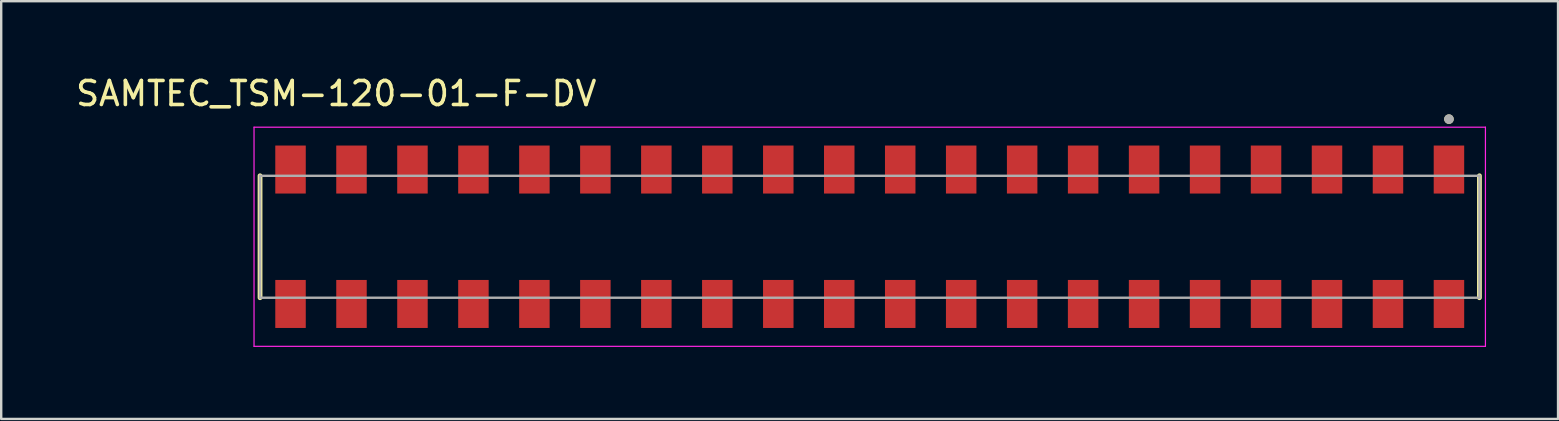
<source format=kicad_pcb>
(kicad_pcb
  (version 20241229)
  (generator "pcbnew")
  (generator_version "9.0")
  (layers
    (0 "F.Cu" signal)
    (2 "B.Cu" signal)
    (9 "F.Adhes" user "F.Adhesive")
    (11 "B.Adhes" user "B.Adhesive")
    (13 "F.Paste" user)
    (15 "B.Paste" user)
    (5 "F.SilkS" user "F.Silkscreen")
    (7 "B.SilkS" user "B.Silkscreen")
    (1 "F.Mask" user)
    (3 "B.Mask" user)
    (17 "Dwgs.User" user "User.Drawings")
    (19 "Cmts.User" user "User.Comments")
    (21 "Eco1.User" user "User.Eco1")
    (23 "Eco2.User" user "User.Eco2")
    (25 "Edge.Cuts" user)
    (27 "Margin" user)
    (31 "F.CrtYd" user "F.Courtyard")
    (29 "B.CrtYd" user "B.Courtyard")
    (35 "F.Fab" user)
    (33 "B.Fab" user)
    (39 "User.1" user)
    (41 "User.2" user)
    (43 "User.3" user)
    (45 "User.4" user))
  (footprint "SAMTEC_TSM-120-01-F-DV"
    (layer "F.Cu")
    (at 33.183 6.813)
    (property "Reference" "SAMTEC_TSM-120-01-F-DV" (at -22.225 -5.965 0) (layer "F.SilkS") (effects (font (size 1 1) (thickness 0.15))))
    (attr smd)
    (fp_line (start -25.4 2.54) (end -25.4 -2.54) (stroke (width 0.2) (type solid)) (layer "F.SilkS"))
    (fp_line (start 25.4 -2.54) (end 25.4 2.54) (stroke (width 0.2) (type solid)) (layer "F.SilkS"))
    (fp_circle (center 24.13 -4.9) (end 24.23 -4.9) (stroke (width 0.2) (type solid)) (fill no) (layer "F.SilkS"))
    (fp_line (start -25.65 -4.565) (end 25.65 -4.565) (stroke (width 0.05) (type solid)) (layer "F.CrtYd"))
    (fp_line (start -25.65 4.565) (end -25.65 -4.565) (stroke (width 0.05) (type solid)) (layer "F.CrtYd"))
    (fp_line (start 25.65 -4.565) (end 25.65 4.565) (stroke (width 0.05) (type solid)) (layer "F.CrtYd"))
    (fp_line (start 25.65 4.565) (end -25.65 4.565) (stroke (width 0.05) (type solid)) (layer "F.CrtYd"))
    (fp_line (start -25.4 -2.54) (end 25.4 -2.54) (stroke (width 0.1) (type solid)) (layer "F.Fab"))
    (fp_line (start -25.4 2.54) (end -25.4 -2.54) (stroke (width 0.1) (type solid)) (layer "F.Fab"))
    (fp_line (start 25.4 -2.54) (end 25.4 2.54) (stroke (width 0.1) (type solid)) (layer "F.Fab"))
    (fp_line (start 25.4 2.54) (end -25.4 2.54) (stroke (width 0.1) (type solid)) (layer "F.Fab"))
    (fp_circle (center 24.13 -4.9) (end 24.23 -4.9) (stroke (width 0.2) (type solid)) (fill no) (layer "F.Fab"))
    (pad "1" smd rect (at 24.13 -2.8) (size 1.27 2) (layers "F.Cu" "F.Mask" "F.Paste"))
    (pad "2" smd rect (at 24.13 2.8) (size 1.27 2) (layers "F.Cu" "F.Mask" "F.Paste"))
    (pad "3" smd rect (at 21.59 -2.8) (size 1.27 2) (layers "F.Cu" "F.Mask" "F.Paste"))
    (pad "4" smd rect (at 21.59 2.8) (size 1.27 2) (layers "F.Cu" "F.Mask" "F.Paste"))
    (pad "5" smd rect (at 19.05 -2.8) (size 1.27 2) (layers "F.Cu" "F.Mask" "F.Paste"))
    (pad "6" smd rect (at 19.05 2.8) (size 1.27 2) (layers "F.Cu" "F.Mask" "F.Paste"))
    (pad "7" smd rect (at 16.51 -2.8) (size 1.27 2) (layers "F.Cu" "F.Mask" "F.Paste"))
    (pad "8" smd rect (at 16.51 2.8) (size 1.27 2) (layers "F.Cu" "F.Mask" "F.Paste"))
    (pad "9" smd rect (at 13.97 -2.8) (size 1.27 2) (layers "F.Cu" "F.Mask" "F.Paste"))
    (pad "10" smd rect (at 13.97 2.8) (size 1.27 2) (layers "F.Cu" "F.Mask" "F.Paste"))
    (pad "11" smd rect (at 11.43 -2.8) (size 1.27 2) (layers "F.Cu" "F.Mask" "F.Paste"))
    (pad "12" smd rect (at 11.43 2.8) (size 1.27 2) (layers "F.Cu" "F.Mask" "F.Paste"))
    (pad "13" smd rect (at 8.89 -2.8) (size 1.27 2) (layers "F.Cu" "F.Mask" "F.Paste"))
    (pad "14" smd rect (at 8.89 2.8) (size 1.27 2) (layers "F.Cu" "F.Mask" "F.Paste"))
    (pad "15" smd rect (at 6.35 -2.8) (size 1.27 2) (layers "F.Cu" "F.Mask" "F.Paste"))
    (pad "16" smd rect (at 6.35 2.8) (size 1.27 2) (layers "F.Cu" "F.Mask" "F.Paste"))
    (pad "17" smd rect (at 3.81 -2.8) (size 1.27 2) (layers "F.Cu" "F.Mask" "F.Paste"))
    (pad "18" smd rect (at 3.81 2.8) (size 1.27 2) (layers "F.Cu" "F.Mask" "F.Paste"))
    (pad "19" smd rect (at 1.27 -2.8) (size 1.27 2) (layers "F.Cu" "F.Mask" "F.Paste"))
    (pad "20" smd rect (at 1.27 2.8) (size 1.27 2) (layers "F.Cu" "F.Mask" "F.Paste"))
    (pad "21" smd rect (at -1.27 -2.8) (size 1.27 2) (layers "F.Cu" "F.Mask" "F.Paste"))
    (pad "22" smd rect (at -1.27 2.8) (size 1.27 2) (layers "F.Cu" "F.Mask" "F.Paste"))
    (pad "23" smd rect (at -3.81 -2.8) (size 1.27 2) (layers "F.Cu" "F.Mask" "F.Paste"))
    (pad "24" smd rect (at -3.81 2.8) (size 1.27 2) (layers "F.Cu" "F.Mask" "F.Paste"))
    (pad "25" smd rect (at -6.35 -2.8) (size 1.27 2) (layers "F.Cu" "F.Mask" "F.Paste"))
    (pad "26" smd rect (at -6.35 2.8) (size 1.27 2) (layers "F.Cu" "F.Mask" "F.Paste"))
    (pad "27" smd rect (at -8.89 -2.8) (size 1.27 2) (layers "F.Cu" "F.Mask" "F.Paste"))
    (pad "28" smd rect (at -8.89 2.8) (size 1.27 2) (layers "F.Cu" "F.Mask" "F.Paste"))
    (pad "29" smd rect (at -11.43 -2.8) (size 1.27 2) (layers "F.Cu" "F.Mask" "F.Paste"))
    (pad "30" smd rect (at -11.43 2.8) (size 1.27 2) (layers "F.Cu" "F.Mask" "F.Paste"))
    (pad "31" smd rect (at -13.97 -2.8) (size 1.27 2) (layers "F.Cu" "F.Mask" "F.Paste"))
    (pad "32" smd rect (at -13.97 2.8) (size 1.27 2) (layers "F.Cu" "F.Mask" "F.Paste"))
    (pad "33" smd rect (at -16.51 -2.8) (size 1.27 2) (layers "F.Cu" "F.Mask" "F.Paste"))
    (pad "34" smd rect (at -16.51 2.8) (size 1.27 2) (layers "F.Cu" "F.Mask" "F.Paste"))
    (pad "35" smd rect (at -19.05 -2.8) (size 1.27 2) (layers "F.Cu" "F.Mask" "F.Paste"))
    (pad "36" smd rect (at -19.05 2.8) (size 1.27 2) (layers "F.Cu" "F.Mask" "F.Paste"))
    (pad "37" smd rect (at -21.59 -2.8) (size 1.27 2) (layers "F.Cu" "F.Mask" "F.Paste"))
    (pad "38" smd rect (at -21.59 2.8) (size 1.27 2) (layers "F.Cu" "F.Mask" "F.Paste"))
    (pad "39" smd rect (at -24.13 -2.8) (size 1.27 2) (layers "F.Cu" "F.Mask" "F.Paste"))
    (pad "40" smd rect (at -24.13 2.8) (size 1.27 2) (layers "F.Cu" "F.Mask" "F.Paste")))
  (gr_rect
    (start -3 -3)
    (end 61.858 14.403)
    (stroke (width 0.1) (type default))
    (fill no)
    (layer "Edge.Cuts")))
</source>
